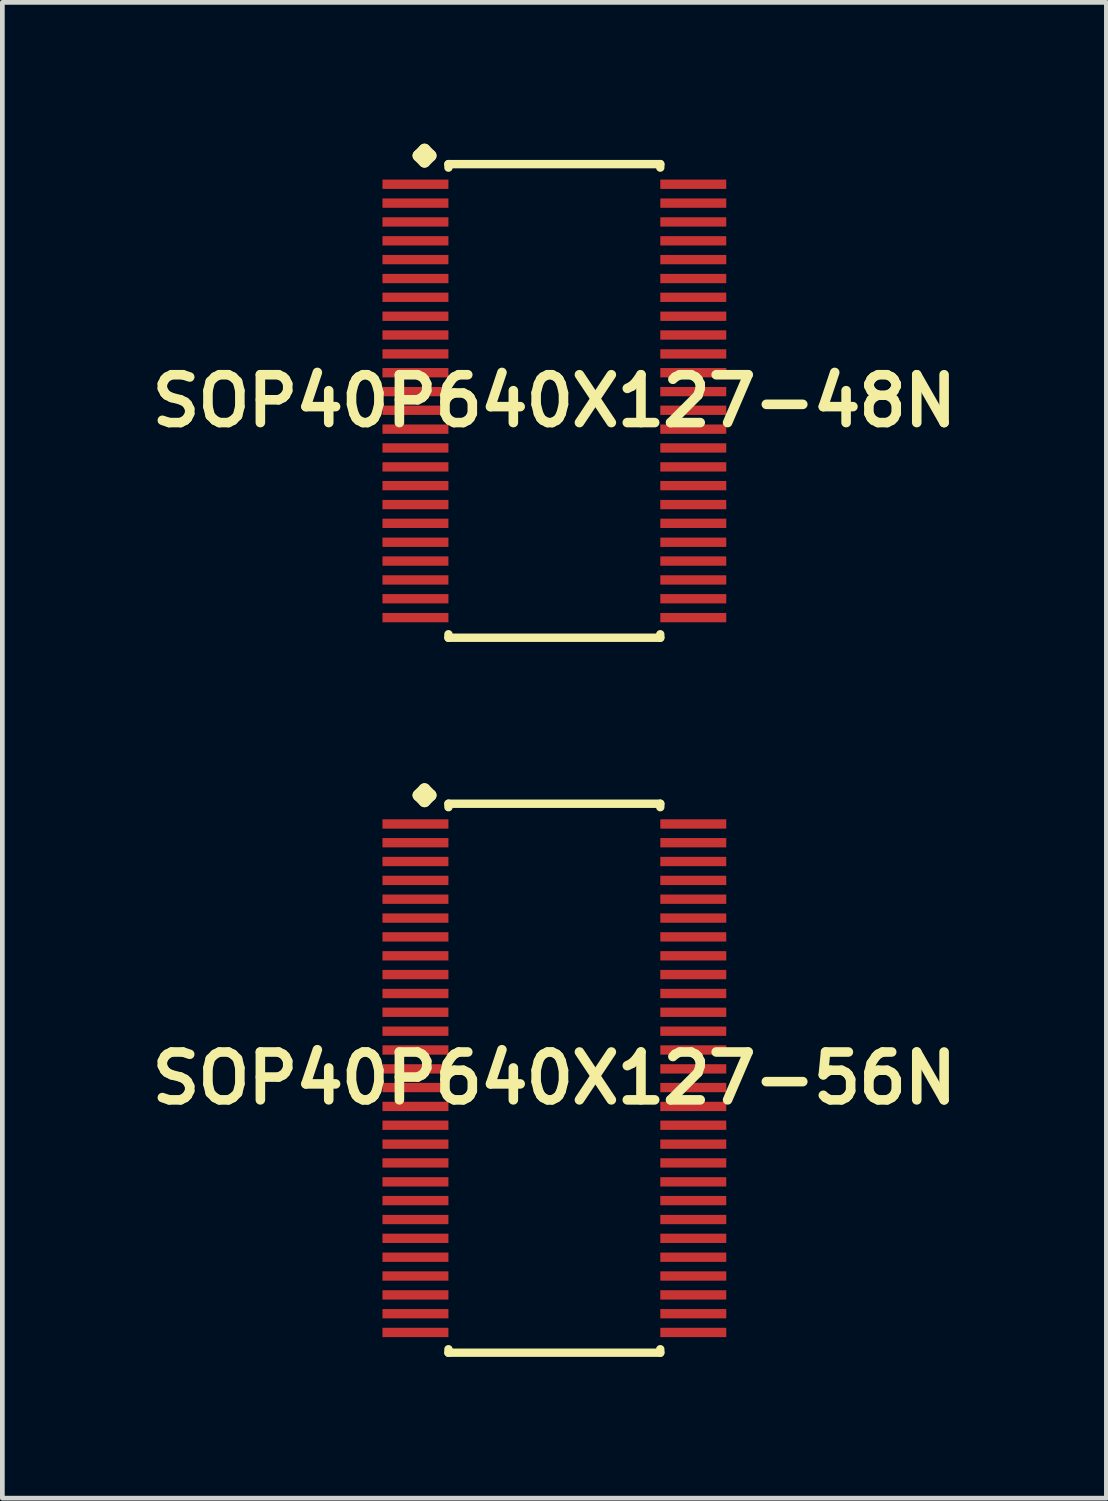
<source format=kicad_pcb>
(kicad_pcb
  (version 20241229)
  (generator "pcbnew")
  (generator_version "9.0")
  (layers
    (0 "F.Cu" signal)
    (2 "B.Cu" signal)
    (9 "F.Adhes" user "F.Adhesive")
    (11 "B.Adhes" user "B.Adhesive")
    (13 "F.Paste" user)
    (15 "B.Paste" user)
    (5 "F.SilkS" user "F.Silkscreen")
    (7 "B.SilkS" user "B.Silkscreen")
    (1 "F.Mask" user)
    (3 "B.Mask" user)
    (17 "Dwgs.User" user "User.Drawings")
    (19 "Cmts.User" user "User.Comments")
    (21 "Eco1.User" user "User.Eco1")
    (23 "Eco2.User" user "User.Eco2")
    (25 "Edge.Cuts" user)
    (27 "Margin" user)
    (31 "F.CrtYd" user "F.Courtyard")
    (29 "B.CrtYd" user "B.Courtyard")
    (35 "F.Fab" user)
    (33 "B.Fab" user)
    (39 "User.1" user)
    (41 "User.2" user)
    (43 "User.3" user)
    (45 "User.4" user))
  (footprint "SOP40P640X127-56N"
    (layer "F.Cu")
    (at 8.718 19.838)
    (property "Reference" "SOP40P640X127-56N" (at 0 0 0) (layer "F.SilkS") (effects (font (size 1.016 1.016) (thickness 0.203))))
    (attr smd)
    (fp_line (start -2.883 -6.007) (end -2.756 -6.134) (stroke (width 0.254) (type solid)) (layer "F.SilkS"))
    (fp_line (start -2.756 -6.134) (end -2.629 -6.007) (stroke (width 0.254) (type solid)) (layer "F.SilkS"))
    (fp_line (start -2.756 -5.88) (end -2.883 -6.007) (stroke (width 0.254) (type solid)) (layer "F.SilkS"))
    (fp_line (start -2.629 -6.007) (end -2.756 -5.88) (stroke (width 0.254) (type solid)) (layer "F.SilkS"))
    (fp_line (start -2.248 -5.827) (end 2.248 -5.827) (stroke (width 0.178) (type solid)) (layer "F.SilkS"))
    (fp_line (start -2.248 -5.753) (end -2.248 -5.827) (stroke (width 0.178) (type solid)) (layer "F.SilkS"))
    (fp_line (start -2.248 5.753) (end -2.248 5.827) (stroke (width 0.178) (type solid)) (layer "F.SilkS"))
    (fp_line (start -2.248 5.827) (end 2.248 5.827) (stroke (width 0.178) (type solid)) (layer "F.SilkS"))
    (fp_line (start 2.248 -5.827) (end 2.248 -5.753) (stroke (width 0.178) (type solid)) (layer "F.SilkS"))
    (fp_line (start 2.248 5.827) (end 2.248 5.753) (stroke (width 0.178) (type solid)) (layer "F.SilkS"))
    (pad "1" smd rect (at -2.949 -5.397) (size 1.4 0.198) (layers "F.Cu" "F.Mask" "F.Paste"))
    (pad "2" smd rect (at -2.949 -4.999) (size 1.4 0.198) (layers "F.Cu" "F.Mask" "F.Paste"))
    (pad "3" smd rect (at -2.949 -4.6) (size 1.4 0.198) (layers "F.Cu" "F.Mask" "F.Paste"))
    (pad "4" smd rect (at -2.949 -4.199) (size 1.4 0.198) (layers "F.Cu" "F.Mask" "F.Paste"))
    (pad "5" smd rect (at -2.949 -3.8) (size 1.4 0.198) (layers "F.Cu" "F.Mask" "F.Paste"))
    (pad "6" smd rect (at -2.949 -3.399) (size 1.4 0.198) (layers "F.Cu" "F.Mask" "F.Paste"))
    (pad "7" smd rect (at -2.949 -3) (size 1.4 0.198) (layers "F.Cu" "F.Mask" "F.Paste"))
    (pad "8" smd rect (at -2.949 -2.598) (size 1.4 0.198) (layers "F.Cu" "F.Mask" "F.Paste"))
    (pad "9" smd rect (at -2.949 -2.2) (size 1.4 0.198) (layers "F.Cu" "F.Mask" "F.Paste"))
    (pad "10" smd rect (at -2.949 -1.798) (size 1.4 0.198) (layers "F.Cu" "F.Mask" "F.Paste"))
    (pad "11" smd rect (at -2.949 -1.4) (size 1.4 0.198) (layers "F.Cu" "F.Mask" "F.Paste"))
    (pad "12" smd rect (at -2.949 -0.998) (size 1.4 0.198) (layers "F.Cu" "F.Mask" "F.Paste"))
    (pad "13" smd rect (at -2.949 -0.599) (size 1.4 0.198) (layers "F.Cu" "F.Mask" "F.Paste"))
    (pad "14" smd rect (at -2.949 -0.198) (size 1.4 0.198) (layers "F.Cu" "F.Mask" "F.Paste"))
    (pad "15" smd rect (at -2.949 0.198) (size 1.4 0.198) (layers "F.Cu" "F.Mask" "F.Paste"))
    (pad "16" smd rect (at -2.949 0.599) (size 1.4 0.198) (layers "F.Cu" "F.Mask" "F.Paste"))
    (pad "17" smd rect (at -2.949 0.998) (size 1.4 0.198) (layers "F.Cu" "F.Mask" "F.Paste"))
    (pad "18" smd rect (at -2.949 1.4) (size 1.4 0.198) (layers "F.Cu" "F.Mask" "F.Paste"))
    (pad "19" smd rect (at -2.949 1.798) (size 1.4 0.198) (layers "F.Cu" "F.Mask" "F.Paste"))
    (pad "20" smd rect (at -2.949 2.2) (size 1.4 0.198) (layers "F.Cu" "F.Mask" "F.Paste"))
    (pad "21" smd rect (at -2.949 2.598) (size 1.4 0.198) (layers "F.Cu" "F.Mask" "F.Paste"))
    (pad "22" smd rect (at -2.949 3) (size 1.4 0.198) (layers "F.Cu" "F.Mask" "F.Paste"))
    (pad "23" smd rect (at -2.949 3.399) (size 1.4 0.198) (layers "F.Cu" "F.Mask" "F.Paste"))
    (pad "24" smd rect (at -2.949 3.8) (size 1.4 0.198) (layers "F.Cu" "F.Mask" "F.Paste"))
    (pad "25" smd rect (at -2.949 4.199) (size 1.4 0.198) (layers "F.Cu" "F.Mask" "F.Paste"))
    (pad "26" smd rect (at -2.949 4.6) (size 1.4 0.198) (layers "F.Cu" "F.Mask" "F.Paste"))
    (pad "27" smd rect (at -2.949 4.999) (size 1.4 0.198) (layers "F.Cu" "F.Mask" "F.Paste"))
    (pad "28" smd rect (at -2.949 5.397) (size 1.4 0.198) (layers "F.Cu" "F.Mask" "F.Paste"))
    (pad "29" smd rect (at 2.949 5.397) (size 1.4 0.198) (layers "F.Cu" "F.Mask" "F.Paste"))
    (pad "30" smd rect (at 2.949 4.999) (size 1.4 0.198) (layers "F.Cu" "F.Mask" "F.Paste"))
    (pad "31" smd rect (at 2.949 4.6) (size 1.4 0.198) (layers "F.Cu" "F.Mask" "F.Paste"))
    (pad "32" smd rect (at 2.949 4.199) (size 1.4 0.198) (layers "F.Cu" "F.Mask" "F.Paste"))
    (pad "33" smd rect (at 2.949 3.8) (size 1.4 0.198) (layers "F.Cu" "F.Mask" "F.Paste"))
    (pad "34" smd rect (at 2.949 3.399) (size 1.4 0.198) (layers "F.Cu" "F.Mask" "F.Paste"))
    (pad "35" smd rect (at 2.949 3) (size 1.4 0.198) (layers "F.Cu" "F.Mask" "F.Paste"))
    (pad "36" smd rect (at 2.949 2.598) (size 1.4 0.198) (layers "F.Cu" "F.Mask" "F.Paste"))
    (pad "37" smd rect (at 2.949 2.2) (size 1.4 0.198) (layers "F.Cu" "F.Mask" "F.Paste"))
    (pad "38" smd rect (at 2.949 1.798) (size 1.4 0.198) (layers "F.Cu" "F.Mask" "F.Paste"))
    (pad "39" smd rect (at 2.949 1.4) (size 1.4 0.198) (layers "F.Cu" "F.Mask" "F.Paste"))
    (pad "40" smd rect (at 2.949 0.998) (size 1.4 0.198) (layers "F.Cu" "F.Mask" "F.Paste"))
    (pad "41" smd rect (at 2.949 0.599) (size 1.4 0.198) (layers "F.Cu" "F.Mask" "F.Paste"))
    (pad "42" smd rect (at 2.949 0.198) (size 1.4 0.198) (layers "F.Cu" "F.Mask" "F.Paste"))
    (pad "43" smd rect (at 2.949 -0.198) (size 1.4 0.198) (layers "F.Cu" "F.Mask" "F.Paste"))
    (pad "44" smd rect (at 2.949 -0.599) (size 1.4 0.198) (layers "F.Cu" "F.Mask" "F.Paste"))
    (pad "45" smd rect (at 2.949 -0.998) (size 1.4 0.198) (layers "F.Cu" "F.Mask" "F.Paste"))
    (pad "46" smd rect (at 2.949 -1.4) (size 1.4 0.198) (layers "F.Cu" "F.Mask" "F.Paste"))
    (pad "47" smd rect (at 2.949 -1.798) (size 1.4 0.198) (layers "F.Cu" "F.Mask" "F.Paste"))
    (pad "48" smd rect (at 2.949 -2.2) (size 1.4 0.198) (layers "F.Cu" "F.Mask" "F.Paste"))
    (pad "49" smd rect (at 2.949 -2.598) (size 1.4 0.198) (layers "F.Cu" "F.Mask" "F.Paste"))
    (pad "50" smd rect (at 2.949 -3) (size 1.4 0.198) (layers "F.Cu" "F.Mask" "F.Paste"))
    (pad "51" smd rect (at 2.949 -3.399) (size 1.4 0.198) (layers "F.Cu" "F.Mask" "F.Paste"))
    (pad "52" smd rect (at 2.949 -3.8) (size 1.4 0.198) (layers "F.Cu" "F.Mask" "F.Paste"))
    (pad "53" smd rect (at 2.949 -4.199) (size 1.4 0.198) (layers "F.Cu" "F.Mask" "F.Paste"))
    (pad "54" smd rect (at 2.949 -4.6) (size 1.4 0.198) (layers "F.Cu" "F.Mask" "F.Paste"))
    (pad "55" smd rect (at 2.949 -4.999) (size 1.4 0.198) (layers "F.Cu" "F.Mask" "F.Paste"))
    (pad "56" smd rect (at 2.949 -5.397) (size 1.4 0.198) (layers "F.Cu" "F.Mask" "F.Paste")))
  (footprint "SOP40P640X127-48N"
    (layer "F.Cu")
    (at 8.718 5.461)
    (property "Reference" "SOP40P640X127-48N" (at 0 0 0) (layer "F.SilkS") (effects (font (size 1.016 1.016) (thickness 0.203))))
    (attr smd)
    (fp_line (start -2.883 -5.207) (end -2.756 -5.334) (stroke (width 0.254) (type solid)) (layer "F.SilkS"))
    (fp_line (start -2.756 -5.334) (end -2.629 -5.207) (stroke (width 0.254) (type solid)) (layer "F.SilkS"))
    (fp_line (start -2.756 -5.08) (end -2.883 -5.207) (stroke (width 0.254) (type solid)) (layer "F.SilkS"))
    (fp_line (start -2.629 -5.207) (end -2.756 -5.08) (stroke (width 0.254) (type solid)) (layer "F.SilkS"))
    (fp_line (start -2.248 -5.027) (end 2.248 -5.027) (stroke (width 0.178) (type solid)) (layer "F.SilkS"))
    (fp_line (start -2.248 -4.953) (end -2.248 -5.027) (stroke (width 0.178) (type solid)) (layer "F.SilkS"))
    (fp_line (start -2.248 4.953) (end -2.248 5.027) (stroke (width 0.178) (type solid)) (layer "F.SilkS"))
    (fp_line (start -2.248 5.027) (end 2.248 5.027) (stroke (width 0.178) (type solid)) (layer "F.SilkS"))
    (fp_line (start 2.248 -5.027) (end 2.248 -4.953) (stroke (width 0.178) (type solid)) (layer "F.SilkS"))
    (fp_line (start 2.248 5.027) (end 2.248 4.953) (stroke (width 0.178) (type solid)) (layer "F.SilkS"))
    (pad "1" smd rect (at -2.949 -4.6) (size 1.4 0.198) (layers "F.Cu" "F.Mask" "F.Paste"))
    (pad "2" smd rect (at -2.949 -4.199) (size 1.4 0.198) (layers "F.Cu" "F.Mask" "F.Paste"))
    (pad "3" smd rect (at -2.949 -3.8) (size 1.4 0.198) (layers "F.Cu" "F.Mask" "F.Paste"))
    (pad "4" smd rect (at -2.949 -3.399) (size 1.4 0.198) (layers "F.Cu" "F.Mask" "F.Paste"))
    (pad "5" smd rect (at -2.949 -3) (size 1.4 0.198) (layers "F.Cu" "F.Mask" "F.Paste"))
    (pad "6" smd rect (at -2.949 -2.598) (size 1.4 0.198) (layers "F.Cu" "F.Mask" "F.Paste"))
    (pad "7" smd rect (at -2.949 -2.2) (size 1.4 0.198) (layers "F.Cu" "F.Mask" "F.Paste"))
    (pad "8" smd rect (at -2.949 -1.798) (size 1.4 0.198) (layers "F.Cu" "F.Mask" "F.Paste"))
    (pad "9" smd rect (at -2.949 -1.4) (size 1.4 0.198) (layers "F.Cu" "F.Mask" "F.Paste"))
    (pad "10" smd rect (at -2.949 -0.998) (size 1.4 0.198) (layers "F.Cu" "F.Mask" "F.Paste"))
    (pad "11" smd rect (at -2.949 -0.599) (size 1.4 0.198) (layers "F.Cu" "F.Mask" "F.Paste"))
    (pad "12" smd rect (at -2.949 -0.198) (size 1.4 0.198) (layers "F.Cu" "F.Mask" "F.Paste"))
    (pad "13" smd rect (at -2.949 0.198) (size 1.4 0.198) (layers "F.Cu" "F.Mask" "F.Paste"))
    (pad "14" smd rect (at -2.949 0.599) (size 1.4 0.198) (layers "F.Cu" "F.Mask" "F.Paste"))
    (pad "15" smd rect (at -2.949 0.998) (size 1.4 0.198) (layers "F.Cu" "F.Mask" "F.Paste"))
    (pad "16" smd rect (at -2.949 1.4) (size 1.4 0.198) (layers "F.Cu" "F.Mask" "F.Paste"))
    (pad "17" smd rect (at -2.949 1.798) (size 1.4 0.198) (layers "F.Cu" "F.Mask" "F.Paste"))
    (pad "18" smd rect (at -2.949 2.2) (size 1.4 0.198) (layers "F.Cu" "F.Mask" "F.Paste"))
    (pad "19" smd rect (at -2.949 2.598) (size 1.4 0.198) (layers "F.Cu" "F.Mask" "F.Paste"))
    (pad "20" smd rect (at -2.949 3) (size 1.4 0.198) (layers "F.Cu" "F.Mask" "F.Paste"))
    (pad "21" smd rect (at -2.949 3.399) (size 1.4 0.198) (layers "F.Cu" "F.Mask" "F.Paste"))
    (pad "22" smd rect (at -2.949 3.8) (size 1.4 0.198) (layers "F.Cu" "F.Mask" "F.Paste"))
    (pad "23" smd rect (at -2.949 4.199) (size 1.4 0.198) (layers "F.Cu" "F.Mask" "F.Paste"))
    (pad "24" smd rect (at -2.949 4.6) (size 1.4 0.198) (layers "F.Cu" "F.Mask" "F.Paste"))
    (pad "25" smd rect (at 2.949 4.6) (size 1.4 0.198) (layers "F.Cu" "F.Mask" "F.Paste"))
    (pad "26" smd rect (at 2.949 4.199) (size 1.4 0.198) (layers "F.Cu" "F.Mask" "F.Paste"))
    (pad "27" smd rect (at 2.949 3.8) (size 1.4 0.198) (layers "F.Cu" "F.Mask" "F.Paste"))
    (pad "28" smd rect (at 2.949 3.399) (size 1.4 0.198) (layers "F.Cu" "F.Mask" "F.Paste"))
    (pad "29" smd rect (at 2.949 3) (size 1.4 0.198) (layers "F.Cu" "F.Mask" "F.Paste"))
    (pad "30" smd rect (at 2.949 2.598) (size 1.4 0.198) (layers "F.Cu" "F.Mask" "F.Paste"))
    (pad "31" smd rect (at 2.949 2.2) (size 1.4 0.198) (layers "F.Cu" "F.Mask" "F.Paste"))
    (pad "32" smd rect (at 2.949 1.798) (size 1.4 0.198) (layers "F.Cu" "F.Mask" "F.Paste"))
    (pad "33" smd rect (at 2.949 1.4) (size 1.4 0.198) (layers "F.Cu" "F.Mask" "F.Paste"))
    (pad "34" smd rect (at 2.949 0.998) (size 1.4 0.198) (layers "F.Cu" "F.Mask" "F.Paste"))
    (pad "35" smd rect (at 2.949 0.599) (size 1.4 0.198) (layers "F.Cu" "F.Mask" "F.Paste"))
    (pad "36" smd rect (at 2.949 0.198) (size 1.4 0.198) (layers "F.Cu" "F.Mask" "F.Paste"))
    (pad "37" smd rect (at 2.949 -0.198) (size 1.4 0.198) (layers "F.Cu" "F.Mask" "F.Paste"))
    (pad "38" smd rect (at 2.949 -0.599) (size 1.4 0.198) (layers "F.Cu" "F.Mask" "F.Paste"))
    (pad "39" smd rect (at 2.949 -0.998) (size 1.4 0.198) (layers "F.Cu" "F.Mask" "F.Paste"))
    (pad "40" smd rect (at 2.949 -1.4) (size 1.4 0.198) (layers "F.Cu" "F.Mask" "F.Paste"))
    (pad "41" smd rect (at 2.949 -1.798) (size 1.4 0.198) (layers "F.Cu" "F.Mask" "F.Paste"))
    (pad "42" smd rect (at 2.949 -2.2) (size 1.4 0.198) (layers "F.Cu" "F.Mask" "F.Paste"))
    (pad "43" smd rect (at 2.949 -2.598) (size 1.4 0.198) (layers "F.Cu" "F.Mask" "F.Paste"))
    (pad "44" smd rect (at 2.949 -3) (size 1.4 0.198) (layers "F.Cu" "F.Mask" "F.Paste"))
    (pad "45" smd rect (at 2.949 -3.399) (size 1.4 0.198) (layers "F.Cu" "F.Mask" "F.Paste"))
    (pad "46" smd rect (at 2.949 -3.8) (size 1.4 0.198) (layers "F.Cu" "F.Mask" "F.Paste"))
    (pad "47" smd rect (at 2.949 -4.199) (size 1.4 0.198) (layers "F.Cu" "F.Mask" "F.Paste"))
    (pad "48" smd rect (at 2.949 -4.6) (size 1.4 0.198) (layers "F.Cu" "F.Mask" "F.Paste")))
  (gr_rect
    (start -3 -3)
    (end 20.436 28.753)
    (stroke (width 0.1) (type default))
    (fill no)
    (layer "Edge.Cuts")))
</source>
